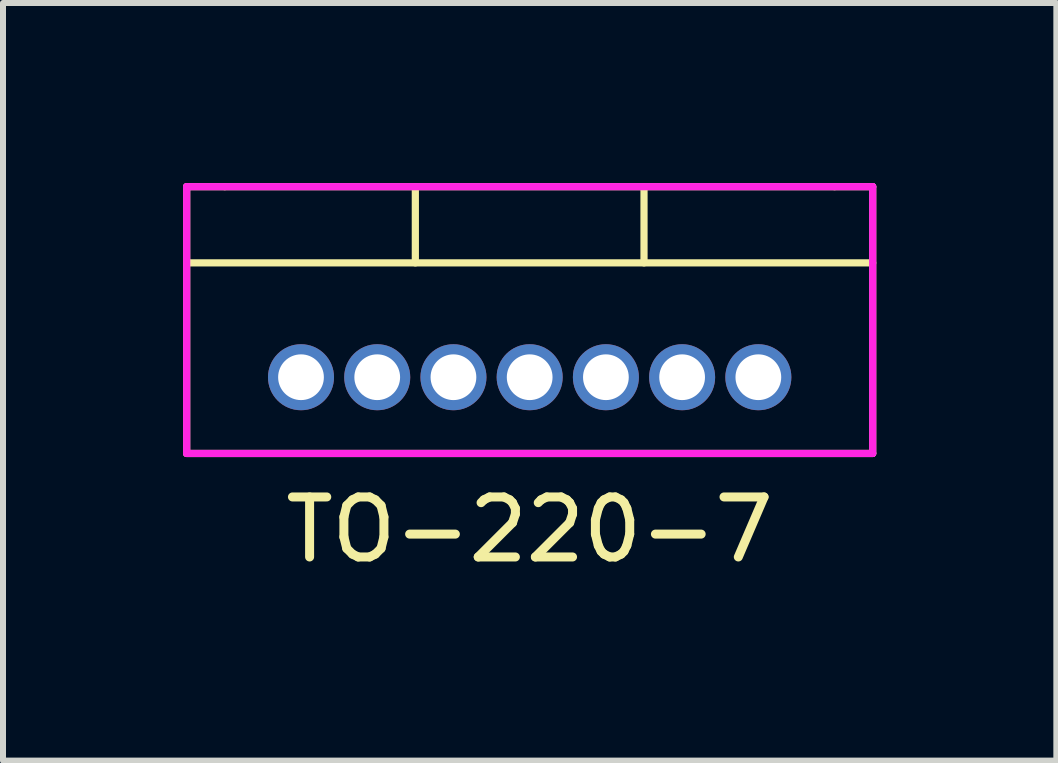
<source format=kicad_pcb>
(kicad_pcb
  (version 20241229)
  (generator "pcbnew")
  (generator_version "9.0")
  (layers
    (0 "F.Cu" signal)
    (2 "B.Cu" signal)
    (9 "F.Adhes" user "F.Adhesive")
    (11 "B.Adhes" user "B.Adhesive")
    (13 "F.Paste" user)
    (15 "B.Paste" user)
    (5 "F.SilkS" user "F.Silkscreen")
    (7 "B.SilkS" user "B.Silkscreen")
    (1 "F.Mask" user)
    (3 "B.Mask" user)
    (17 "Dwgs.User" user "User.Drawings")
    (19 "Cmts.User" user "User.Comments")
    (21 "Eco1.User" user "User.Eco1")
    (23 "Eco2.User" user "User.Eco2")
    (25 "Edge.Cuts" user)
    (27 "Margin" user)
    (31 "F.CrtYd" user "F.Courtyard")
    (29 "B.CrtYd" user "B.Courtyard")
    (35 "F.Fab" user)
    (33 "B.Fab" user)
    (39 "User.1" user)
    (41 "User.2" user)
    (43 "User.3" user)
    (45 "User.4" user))
  (footprint "TO-220-7"
    (layer "F.Cu")
    (at 5.775 3.235)
    (property "Reference" "TO-220-7" (at 0 2.54 0) (layer "F.SilkS") (effects (font (size 1 1) (thickness 0.15))))
    (attr through_hole)
    (fp_line (start -5.715 -1.905) (end 5.715 -1.905) (stroke (width 0.12) (type solid)) (layer "F.SilkS"))
    (fp_line (start -5.715 1.27) (end -5.715 -3.175) (stroke (width 0.12) (type solid)) (layer "F.SilkS"))
    (fp_line (start -5.715 1.27) (end 5.715 1.27) (stroke (width 0.12) (type solid)) (layer "F.SilkS"))
    (fp_line (start -5.08 -3.175) (end -5.715 -3.175) (stroke (width 0.12) (type solid)) (layer "F.SilkS"))
    (fp_line (start -5.08 -3.175) (end 5.08 -3.175) (stroke (width 0.12) (type solid)) (layer "F.SilkS"))
    (fp_line (start -1.905 -3.175) (end -1.905 -1.905) (stroke (width 0.12) (type solid)) (layer "F.SilkS"))
    (fp_line (start 1.905 -3.175) (end 1.905 -1.905) (stroke (width 0.12) (type solid)) (layer "F.SilkS"))
    (fp_line (start 5.08 -3.175) (end 5.715 -3.175) (stroke (width 0.12) (type solid)) (layer "F.SilkS"))
    (fp_line (start 5.715 1.27) (end 5.715 -3.175) (stroke (width 0.12) (type solid)) (layer "F.SilkS"))
    (fp_line (start -5.715 -3.175) (end 5.715 -3.175) (stroke (width 0.12) (type solid)) (layer "F.CrtYd"))
    (fp_line (start -5.715 1.27) (end -5.715 -3.175) (stroke (width 0.12) (type solid)) (layer "F.CrtYd"))
    (fp_line (start 5.715 -3.175) (end 5.715 1.27) (stroke (width 0.12) (type solid)) (layer "F.CrtYd"))
    (fp_line (start 5.715 1.27) (end -5.715 1.27) (stroke (width 0.12) (type solid)) (layer "F.CrtYd"))
    (pad "1" thru_hole circle (at -3.81 0) (size 1.1 1.1) (drill 0.762) (layers "*.Cu" "*.Mask"))
    (pad "2" thru_hole circle (at -2.54 0) (size 1.1 1.1) (drill 0.762) (layers "*.Cu" "*.Mask"))
    (pad "3" thru_hole circle (at -1.27 0) (size 1.1 1.1) (drill 0.762) (layers "*.Cu" "*.Mask"))
    (pad "4" thru_hole circle (at 0 0) (size 1.1 1.1) (drill 0.762) (layers "*.Cu" "*.Mask"))
    (pad "5" thru_hole circle (at 1.27 0) (size 1.1 1.1) (drill 0.762) (layers "*.Cu" "*.Mask"))
    (pad "6" thru_hole circle (at 2.54 0) (size 1.1 1.1) (drill 0.762) (layers "*.Cu" "*.Mask"))
    (pad "7" thru_hole circle (at 3.81 0) (size 1.1 1.1) (drill 0.762) (layers "*.Cu" "*.Mask")))
  (gr_rect
    (start -3 -3)
    (end 14.55 9.623)
    (stroke (width 0.1) (type default))
    (fill no)
    (layer "Edge.Cuts")))
</source>
